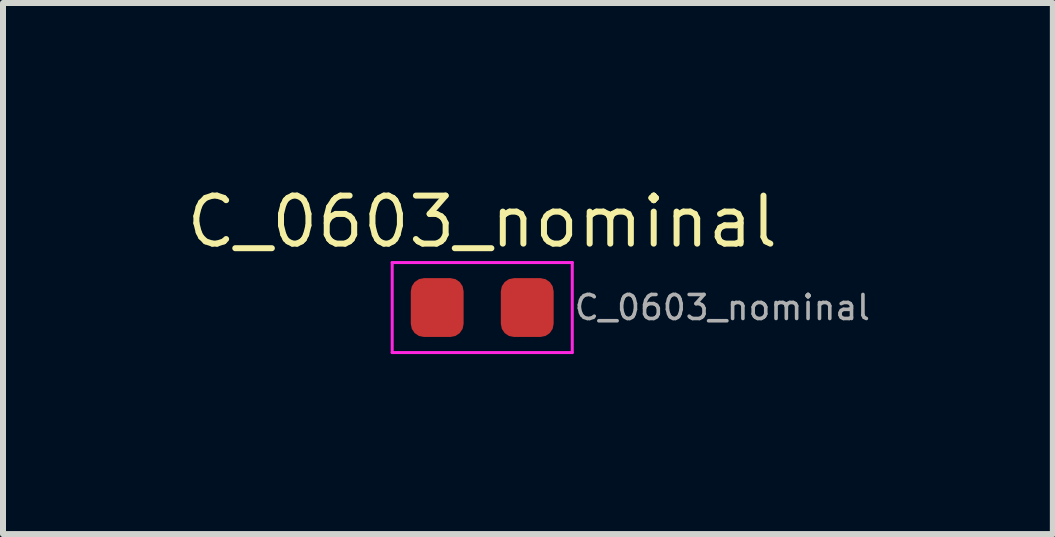
<source format=kicad_pcb>
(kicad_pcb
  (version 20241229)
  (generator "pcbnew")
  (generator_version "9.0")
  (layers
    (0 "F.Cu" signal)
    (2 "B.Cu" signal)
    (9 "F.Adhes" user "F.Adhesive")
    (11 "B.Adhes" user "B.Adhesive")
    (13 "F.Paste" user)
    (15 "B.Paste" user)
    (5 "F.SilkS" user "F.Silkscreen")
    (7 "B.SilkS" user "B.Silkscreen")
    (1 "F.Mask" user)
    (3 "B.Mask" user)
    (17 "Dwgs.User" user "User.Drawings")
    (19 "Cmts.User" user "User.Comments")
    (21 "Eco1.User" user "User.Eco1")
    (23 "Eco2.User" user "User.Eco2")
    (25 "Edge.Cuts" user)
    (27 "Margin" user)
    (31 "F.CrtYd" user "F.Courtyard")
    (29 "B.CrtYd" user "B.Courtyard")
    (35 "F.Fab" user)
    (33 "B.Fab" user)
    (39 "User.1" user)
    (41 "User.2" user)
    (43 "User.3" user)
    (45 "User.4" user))
  (footprint "C_0603_nominal"
    (layer "F.Cu")
    (at 4.984 2.074)
    (property "Reference" "C_0603_nominal" (at 0 -1.43 0) (layer "F.SilkS") (effects (font (size 0.8 0.8) (thickness 0.1))))
    (attr smd)
    (fp_line (start -1.5 -0.75) (end 1.5 -0.75) (stroke (width 0.05) (type solid)) (layer "F.CrtYd"))
    (fp_line (start -1.5 0.75) (end -1.5 -0.75) (stroke (width 0.05) (type solid)) (layer "F.CrtYd"))
    (fp_line (start 1.5 -0.75) (end 1.5 0.75) (stroke (width 0.05) (type solid)) (layer "F.CrtYd"))
    (fp_line (start 1.5 0.75) (end -1.5 0.75) (stroke (width 0.05) (type solid)) (layer "F.CrtYd"))
    (fp_text user "${REFERENCE}" (at 4 0 0) (layer "F.Fab") (effects (font (size 0.4 0.4) (thickness 0.06))))
    (pad "1" smd roundrect (at -0.75 0) (size 0.88 0.98) (layers "F.Cu" "F.Mask" "F.Paste") (roundrect_rratio 0.25))
    (pad "2" smd roundrect (at 0.75 0) (size 0.88 0.98) (layers "F.Cu" "F.Mask" "F.Paste") (roundrect_rratio 0.25)))
  (gr_rect
    (start -3 -3)
    (end 14.491 5.848)
    (stroke (width 0.1) (type default))
    (fill no)
    (layer "Edge.Cuts")))
</source>
